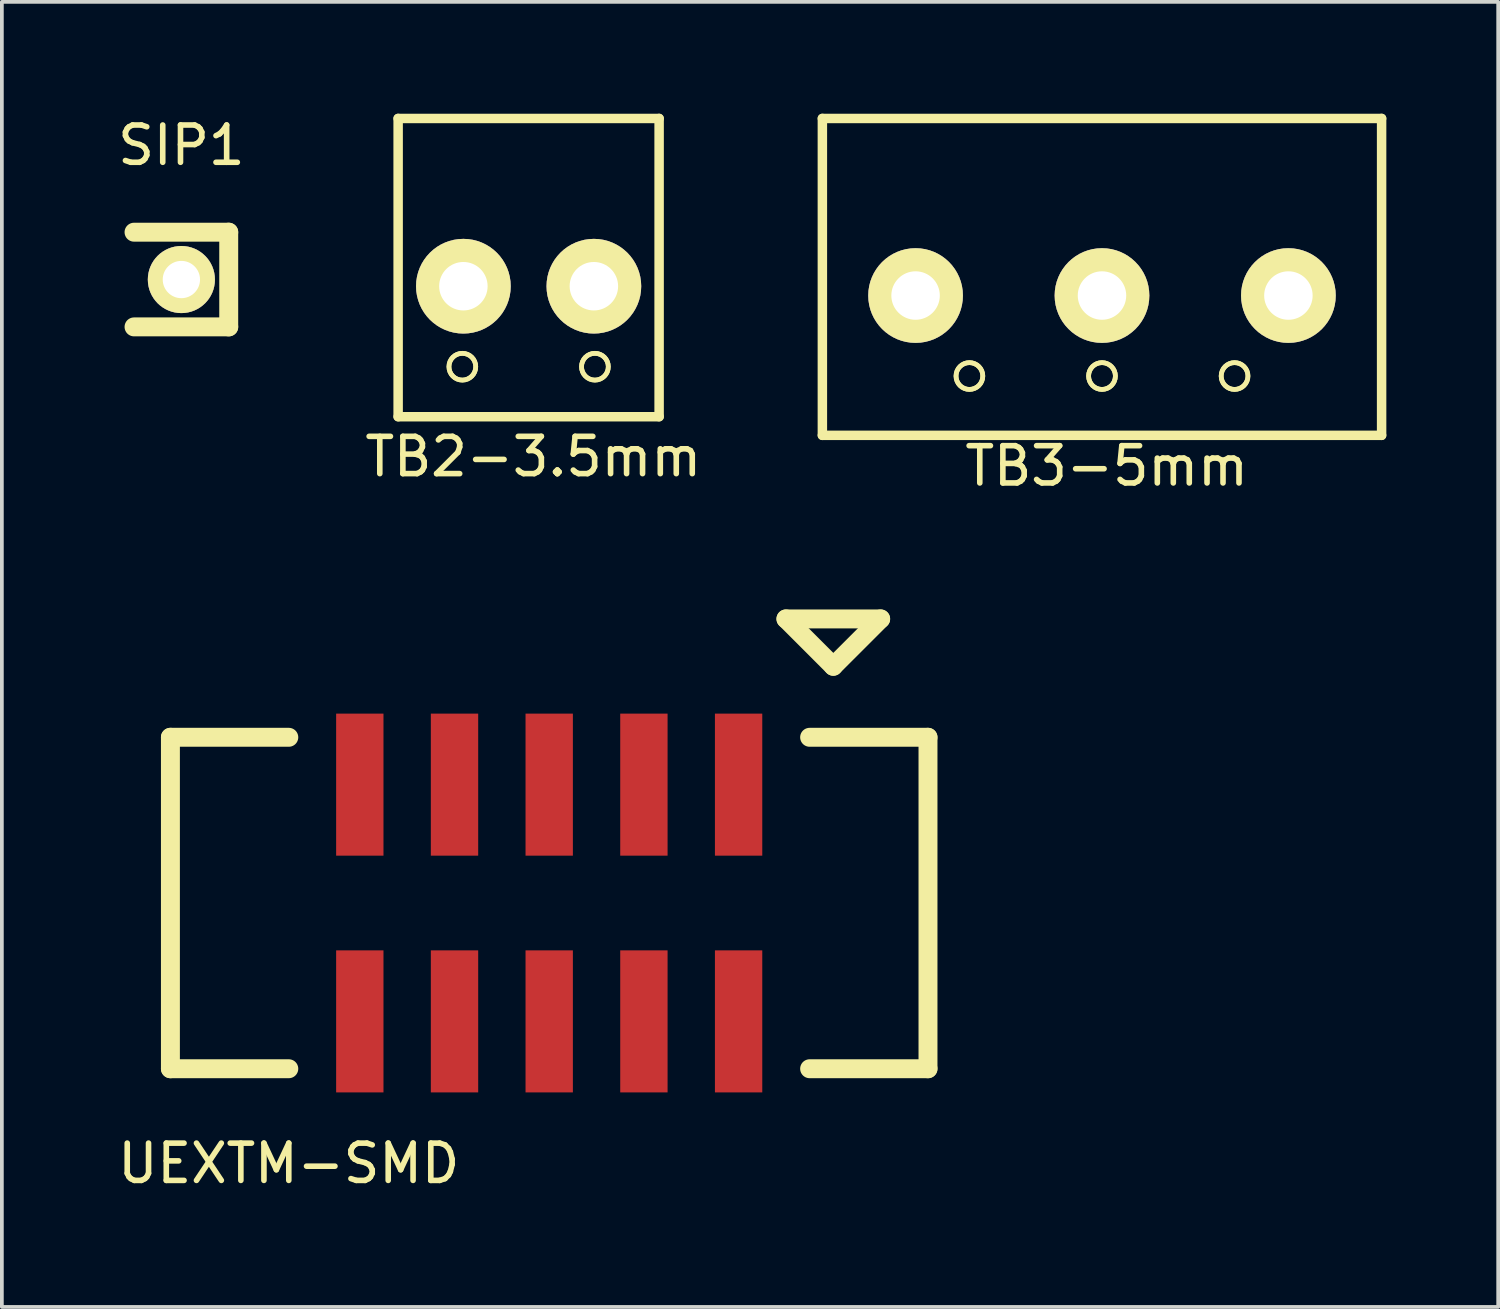
<source format=kicad_pcb>
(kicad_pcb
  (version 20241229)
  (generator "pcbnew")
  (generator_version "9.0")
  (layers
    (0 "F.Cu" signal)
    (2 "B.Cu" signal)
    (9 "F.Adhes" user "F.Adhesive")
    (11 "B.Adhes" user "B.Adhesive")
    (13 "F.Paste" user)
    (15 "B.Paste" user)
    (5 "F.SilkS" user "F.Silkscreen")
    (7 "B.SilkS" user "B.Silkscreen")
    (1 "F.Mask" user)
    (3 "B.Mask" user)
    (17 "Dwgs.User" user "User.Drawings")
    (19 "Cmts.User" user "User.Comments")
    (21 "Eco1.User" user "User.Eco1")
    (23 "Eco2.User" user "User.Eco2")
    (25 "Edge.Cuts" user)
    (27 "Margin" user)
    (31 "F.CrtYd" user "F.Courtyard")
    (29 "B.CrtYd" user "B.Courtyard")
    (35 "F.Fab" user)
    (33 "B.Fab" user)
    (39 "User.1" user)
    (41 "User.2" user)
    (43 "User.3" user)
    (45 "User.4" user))
  (footprint "UEXTM-SMD"
    (layer "F.Cu")
    (at 11.681 21.171)
    (property "Reference" "UEXTM-SMD" (at -6.985 6.985 0) (layer "F.SilkS") (effects (font (size 1 1) (thickness 0.15))))
    (attr smd)
    (fp_line (start -10.16 -4.445) (end -10.16 4.445) (stroke (width 0.508) (type solid)) (layer "F.SilkS"))
    (fp_line (start -10.16 -4.445) (end -6.985 -4.445) (stroke (width 0.508) (type solid)) (layer "F.SilkS"))
    (fp_line (start -10.16 4.445) (end -6.985 4.445) (stroke (width 0.508) (type solid)) (layer "F.SilkS"))
    (fp_line (start 6.35 -7.62) (end 8.89 -7.62) (stroke (width 0.508) (type solid)) (layer "F.SilkS"))
    (fp_line (start 6.985 4.445) (end 10.16 4.445) (stroke (width 0.508) (type solid)) (layer "F.SilkS"))
    (fp_line (start 7.62 -6.35) (end 6.35 -7.62) (stroke (width 0.508) (type solid)) (layer "F.SilkS"))
    (fp_line (start 8.89 -7.62) (end 7.62 -6.35) (stroke (width 0.508) (type solid)) (layer "F.SilkS"))
    (fp_line (start 10.16 -4.445) (end 6.985 -4.445) (stroke (width 0.508) (type solid)) (layer "F.SilkS"))
    (fp_line (start 10.16 -4.445) (end 10.16 4.445) (stroke (width 0.508) (type solid)) (layer "F.SilkS"))
    (pad "1" smd rect (at 5.08 -3.175) (size 1.27 3.81) (layers "F.Cu" "F.Mask" "F.Paste"))
    (pad "2" smd rect (at 5.08 3.175) (size 1.27 3.81) (layers "F.Cu" "F.Mask" "F.Paste"))
    (pad "3" smd rect (at 2.54 -3.175) (size 1.27 3.81) (layers "F.Cu" "F.Mask" "F.Paste"))
    (pad "4" smd rect (at 2.54 3.175) (size 1.27 3.81) (layers "F.Cu" "F.Mask" "F.Paste"))
    (pad "5" smd rect (at 0 -3.175) (size 1.27 3.81) (layers "F.Cu" "F.Mask" "F.Paste"))
    (pad "6" smd rect (at 0 3.175) (size 1.27 3.81) (layers "F.Cu" "F.Mask" "F.Paste"))
    (pad "7" smd rect (at -2.54 -3.175) (size 1.27 3.81) (layers "F.Cu" "F.Mask" "F.Paste"))
    (pad "8" smd rect (at -2.54 3.175) (size 1.27 3.81) (layers "F.Cu" "F.Mask" "F.Paste"))
    (pad "9" smd rect (at -5.08 -3.175) (size 1.27 3.81) (layers "F.Cu" "F.Mask" "F.Paste"))
    (pad "10" smd rect (at -5.08 3.175) (size 1.27 3.81) (layers "F.Cu" "F.Mask" "F.Paste")))
  (footprint "TB3-5mm"
    (layer "F.Cu")
    (at 26.508 4.877)
    (property "Reference" "TB3-5mm" (at 0.127 4.572 0) (layer "F.SilkS") (effects (font (size 1 1) (thickness 0.15))))
    (attr smd)
    (fp_line (start -7.5 -4.75) (end 7.5 -4.75) (stroke (width 0.254) (type solid)) (layer "F.SilkS"))
    (fp_line (start -7.5 3.75) (end -7.5 -4.75) (stroke (width 0.254) (type solid)) (layer "F.SilkS"))
    (fp_line (start 7.5 3.75) (end -7.5 3.75) (stroke (width 0.254) (type solid)) (layer "F.SilkS"))
    (fp_line (start 7.5 3.75) (end 7.5 -4.75) (stroke (width 0.254) (type solid)) (layer "F.SilkS"))
    (fp_circle (center -3.556 2.159) (end -3.302 2.413) (stroke (width 0.127) (type solid)) (fill no) (layer "F.SilkS"))
    (fp_circle (center -3.556 2.159) (end -3.302 2.413) (stroke (width 0.127) (type solid)) (fill no) (layer "F.SilkS"))
    (fp_circle (center 0 2.159) (end 0.254 2.413) (stroke (width 0.127) (type solid)) (fill no) (layer "F.SilkS"))
    (fp_circle (center 0 2.159) (end 0.254 2.413) (stroke (width 0.127) (type solid)) (fill no) (layer "F.SilkS"))
    (fp_circle (center 3.556 2.159) (end 3.81 2.413) (stroke (width 0.127) (type solid)) (fill no) (layer "F.SilkS"))
    (fp_circle (center 3.556 2.159) (end 3.81 2.413) (stroke (width 0.127) (type solid)) (fill no) (layer "F.SilkS"))
    (pad "1" thru_hole circle (at -5 0) (size 2.54 2.54) (drill 1.3) (layers "*.Cu" "*.Mask" "F.SilkS"))
    (pad "2" thru_hole circle (at 0 0) (size 2.54 2.54) (drill 1.3) (layers "*.Cu" "*.Mask" "F.SilkS"))
    (pad "3" thru_hole circle (at 5 0) (size 2.54 2.54) (drill 1.3) (layers "*.Cu" "*.Mask" "F.SilkS")))
  (footprint "TB2-3.5mm"
    (layer "F.Cu")
    (at 11.129 4.627)
    (property "Reference" "TB2-3.5mm" (at 0.127 4.572 0) (layer "F.SilkS") (effects (font (size 1 1) (thickness 0.15))))
    (attr smd)
    (fp_line (start -3.5 -4.5) (end 3.5 -4.5) (stroke (width 0.254) (type solid)) (layer "F.SilkS"))
    (fp_line (start -3.5 3.5) (end -3.5 -4.5) (stroke (width 0.254) (type solid)) (layer "F.SilkS"))
    (fp_line (start 3.5 3.5) (end -3.5 3.5) (stroke (width 0.254) (type solid)) (layer "F.SilkS"))
    (fp_line (start 3.5 3.5) (end 3.5 -4.5) (stroke (width 0.254) (type solid)) (layer "F.SilkS"))
    (fp_circle (center -1.778 2.159) (end -1.524 2.413) (stroke (width 0.127) (type solid)) (fill no) (layer "F.SilkS"))
    (fp_circle (center -1.778 2.159) (end -1.524 2.413) (stroke (width 0.127) (type solid)) (fill no) (layer "F.SilkS"))
    (fp_circle (center 1.778 2.159) (end 2.032 2.413) (stroke (width 0.127) (type solid)) (fill no) (layer "F.SilkS"))
    (fp_circle (center 1.778 2.159) (end 2.032 2.413) (stroke (width 0.127) (type solid)) (fill no) (layer "F.SilkS"))
    (pad "1" thru_hole circle (at -1.75 0) (size 2.54 2.54) (drill 1.3) (layers "*.Cu" "*.Mask" "F.SilkS"))
    (pad "2" thru_hole circle (at 1.75 0) (size 2.54 2.54) (drill 1.3) (layers "*.Cu" "*.Mask" "F.SilkS")))
  (footprint "SIP1"
    (layer "F.Cu")
    (at 1.815 4.448)
    (property "Reference" "SIP1" (at 0 -3.6 0) (layer "F.SilkS") (effects (font (size 1 1) (thickness 0.15))))
    (attr smd)
    (fp_line (start -1.27 -1.27) (end 1.27 -1.27) (stroke (width 0.508) (type solid)) (layer "F.SilkS"))
    (fp_line (start 1.27 -1.27) (end 1.27 1.27) (stroke (width 0.508) (type solid)) (layer "F.SilkS"))
    (fp_line (start 1.27 1.27) (end -1.27 1.27) (stroke (width 0.508) (type solid)) (layer "F.SilkS"))
    (pad "1" thru_hole circle (at 0 0 90) (size 1.8 1.8) (drill 1) (layers "*.Cu" "*.Mask" "F.SilkS")))
  (gr_rect
    (start -3 -3)
    (end 37.135 32.005)
    (stroke (width 0.1) (type default))
    (fill no)
    (layer "Edge.Cuts")))
</source>
